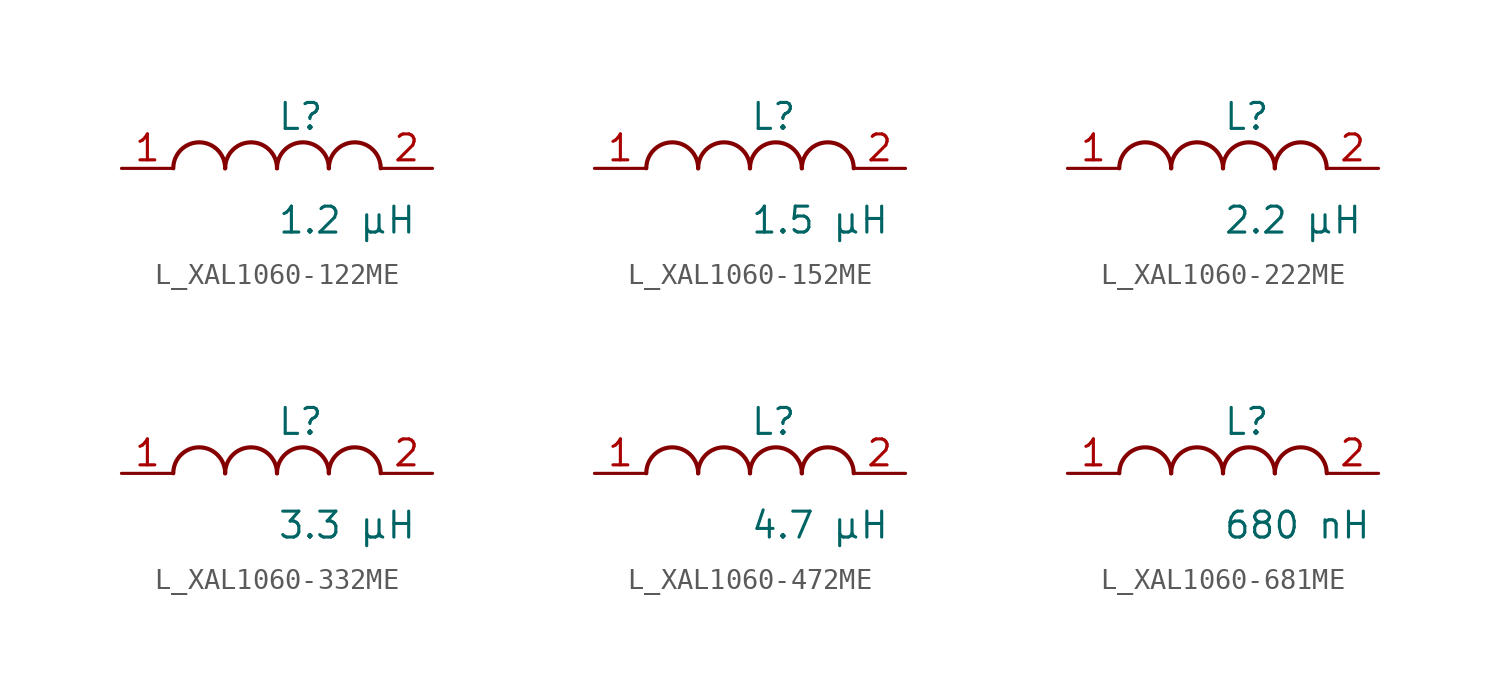
<source format=kicad_sym>
(kicad_symbol_lib
  (version 20231120)
  (generator kicad_symbol_editor)
  (generator_version 8.0)
  (symbol "L_XAL1060-122ME"
    (pin_names
      (offset 0.254))
    (property "Reference" "L"
      (at 0 2.54 0)
      (effects (font (size 1.27 1.27)) (justify left)))
    (property "Value" "1.2 µH"
      (at 0 -2.54 0)
      (effects (font (size 1.27 1.27)) (justify left)))
    (symbol "L_XAL1060-122ME_1_1"
      (arc (start -2.54 0.0056) (mid -3.81 1.27) (end -5.08 0.0056) (stroke (width 0.2032) (type default)) (fill (type none)))
      (arc (start 0 0.0056) (mid -1.27 1.27) (end -2.54 0.0056) (stroke (width 0.2032) (type default)) (fill (type none)))
      (arc (start 2.54 0.0056) (mid 1.27 1.27) (end 0 0.0056) (stroke (width 0.2032) (type default)) (fill (type none)))
      (arc (start 5.08 0.0056) (mid 3.81 1.27) (end 2.54 0.0056) (stroke (width 0.2032) (type default)) (fill (type none)))
      (pin passive line (at -7.62 0 0) (length 2.54) (name "" (effects (font (size 1.27 1.27)))) (number "1" (effects (font (size 1.27 1.27)))))
      (pin passive line (at 7.62 0 180) (length 2.54) (name "" (effects (font (size 1.27 1.27)))) (number "2" (effects (font (size 1.27 1.27)))))))
  (symbol "L_XAL1060-152ME"
    (pin_names
      (offset 0.254))
    (property "Reference" "L"
      (at 0 2.54 0)
      (effects (font (size 1.27 1.27)) (justify left)))
    (property "Value" "1.5 µH"
      (at 0 -2.54 0)
      (effects (font (size 1.27 1.27)) (justify left)))
    (symbol "L_XAL1060-152ME_1_1"
      (arc (start -2.54 0.0056) (mid -3.81 1.27) (end -5.08 0.0056) (stroke (width 0.2032) (type default)) (fill (type none)))
      (arc (start 0 0.0056) (mid -1.27 1.27) (end -2.54 0.0056) (stroke (width 0.2032) (type default)) (fill (type none)))
      (arc (start 2.54 0.0056) (mid 1.27 1.27) (end 0 0.0056) (stroke (width 0.2032) (type default)) (fill (type none)))
      (arc (start 5.08 0.0056) (mid 3.81 1.27) (end 2.54 0.0056) (stroke (width 0.2032) (type default)) (fill (type none)))
      (pin passive line (at -7.62 0 0) (length 2.54) (name "" (effects (font (size 1.27 1.27)))) (number "1" (effects (font (size 1.27 1.27)))))
      (pin passive line (at 7.62 0 180) (length 2.54) (name "" (effects (font (size 1.27 1.27)))) (number "2" (effects (font (size 1.27 1.27)))))))
  (symbol "L_XAL1060-222ME"
    (pin_names
      (offset 0.254))
    (property "Reference" "L"
      (at 0 2.54 0)
      (effects (font (size 1.27 1.27)) (justify left)))
    (property "Value" "2.2 µH"
      (at 0 -2.54 0)
      (effects (font (size 1.27 1.27)) (justify left)))
    (symbol "L_XAL1060-222ME_1_1"
      (arc (start -2.54 0.0056) (mid -3.81 1.27) (end -5.08 0.0056) (stroke (width 0.2032) (type default)) (fill (type none)))
      (arc (start 0 0.0056) (mid -1.27 1.27) (end -2.54 0.0056) (stroke (width 0.2032) (type default)) (fill (type none)))
      (arc (start 2.54 0.0056) (mid 1.27 1.27) (end 0 0.0056) (stroke (width 0.2032) (type default)) (fill (type none)))
      (arc (start 5.08 0.0056) (mid 3.81 1.27) (end 2.54 0.0056) (stroke (width 0.2032) (type default)) (fill (type none)))
      (pin passive line (at -7.62 0 0) (length 2.54) (name "" (effects (font (size 1.27 1.27)))) (number "1" (effects (font (size 1.27 1.27)))))
      (pin passive line (at 7.62 0 180) (length 2.54) (name "" (effects (font (size 1.27 1.27)))) (number "2" (effects (font (size 1.27 1.27)))))))
  (symbol "L_XAL1060-332ME"
    (pin_names
      (offset 0.254))
    (property "Reference" "L"
      (at 0 2.54 0)
      (effects (font (size 1.27 1.27)) (justify left)))
    (property "Value" "3.3 µH"
      (at 0 -2.54 0)
      (effects (font (size 1.27 1.27)) (justify left)))
    (symbol "L_XAL1060-332ME_1_1"
      (arc (start -2.54 0.0056) (mid -3.81 1.27) (end -5.08 0.0056) (stroke (width 0.2032) (type default)) (fill (type none)))
      (arc (start 0 0.0056) (mid -1.27 1.27) (end -2.54 0.0056) (stroke (width 0.2032) (type default)) (fill (type none)))
      (arc (start 2.54 0.0056) (mid 1.27 1.27) (end 0 0.0056) (stroke (width 0.2032) (type default)) (fill (type none)))
      (arc (start 5.08 0.0056) (mid 3.81 1.27) (end 2.54 0.0056) (stroke (width 0.2032) (type default)) (fill (type none)))
      (pin passive line (at -7.62 0 0) (length 2.54) (name "" (effects (font (size 1.27 1.27)))) (number "1" (effects (font (size 1.27 1.27)))))
      (pin passive line (at 7.62 0 180) (length 2.54) (name "" (effects (font (size 1.27 1.27)))) (number "2" (effects (font (size 1.27 1.27)))))))
  (symbol "L_XAL1060-472ME"
    (pin_names
      (offset 0.254))
    (property "Reference" "L"
      (at 0 2.54 0)
      (effects (font (size 1.27 1.27)) (justify left)))
    (property "Value" "4.7 µH"
      (at 0 -2.54 0)
      (effects (font (size 1.27 1.27)) (justify left)))
    (symbol "L_XAL1060-472ME_1_1"
      (arc (start -2.54 0.0056) (mid -3.81 1.27) (end -5.08 0.0056) (stroke (width 0.2032) (type default)) (fill (type none)))
      (arc (start 0 0.0056) (mid -1.27 1.27) (end -2.54 0.0056) (stroke (width 0.2032) (type default)) (fill (type none)))
      (arc (start 2.54 0.0056) (mid 1.27 1.27) (end 0 0.0056) (stroke (width 0.2032) (type default)) (fill (type none)))
      (arc (start 5.08 0.0056) (mid 3.81 1.27) (end 2.54 0.0056) (stroke (width 0.2032) (type default)) (fill (type none)))
      (pin passive line (at -7.62 0 0) (length 2.54) (name "" (effects (font (size 1.27 1.27)))) (number "1" (effects (font (size 1.27 1.27)))))
      (pin passive line (at 7.62 0 180) (length 2.54) (name "" (effects (font (size 1.27 1.27)))) (number "2" (effects (font (size 1.27 1.27)))))))
  (symbol "L_XAL1060-681ME"
    (pin_names
      (offset 0.254))
    (property "Reference" "L"
      (at 0 2.54 0)
      (effects (font (size 1.27 1.27)) (justify left)))
    (property "Value" "680 nH"
      (at 0 -2.54 0)
      (effects (font (size 1.27 1.27)) (justify left)))
    (symbol "L_XAL1060-681ME_1_1"
      (arc (start -2.54 0.0056) (mid -3.81 1.27) (end -5.08 0.0056) (stroke (width 0.2032) (type default)) (fill (type none)))
      (arc (start 0 0.0056) (mid -1.27 1.27) (end -2.54 0.0056) (stroke (width 0.2032) (type default)) (fill (type none)))
      (arc (start 2.54 0.0056) (mid 1.27 1.27) (end 0 0.0056) (stroke (width 0.2032) (type default)) (fill (type none)))
      (arc (start 5.08 0.0056) (mid 3.81 1.27) (end 2.54 0.0056) (stroke (width 0.2032) (type default)) (fill (type none)))
      (pin passive line (at -7.62 0 0) (length 2.54) (name "" (effects (font (size 1.27 1.27)))) (number "1" (effects (font (size 1.27 1.27)))))
      (pin passive line (at 7.62 0 180) (length 2.54) (name "" (effects (font (size 1.27 1.27)))) (number "2" (effects (font (size 1.27 1.27))))))))
</source>
